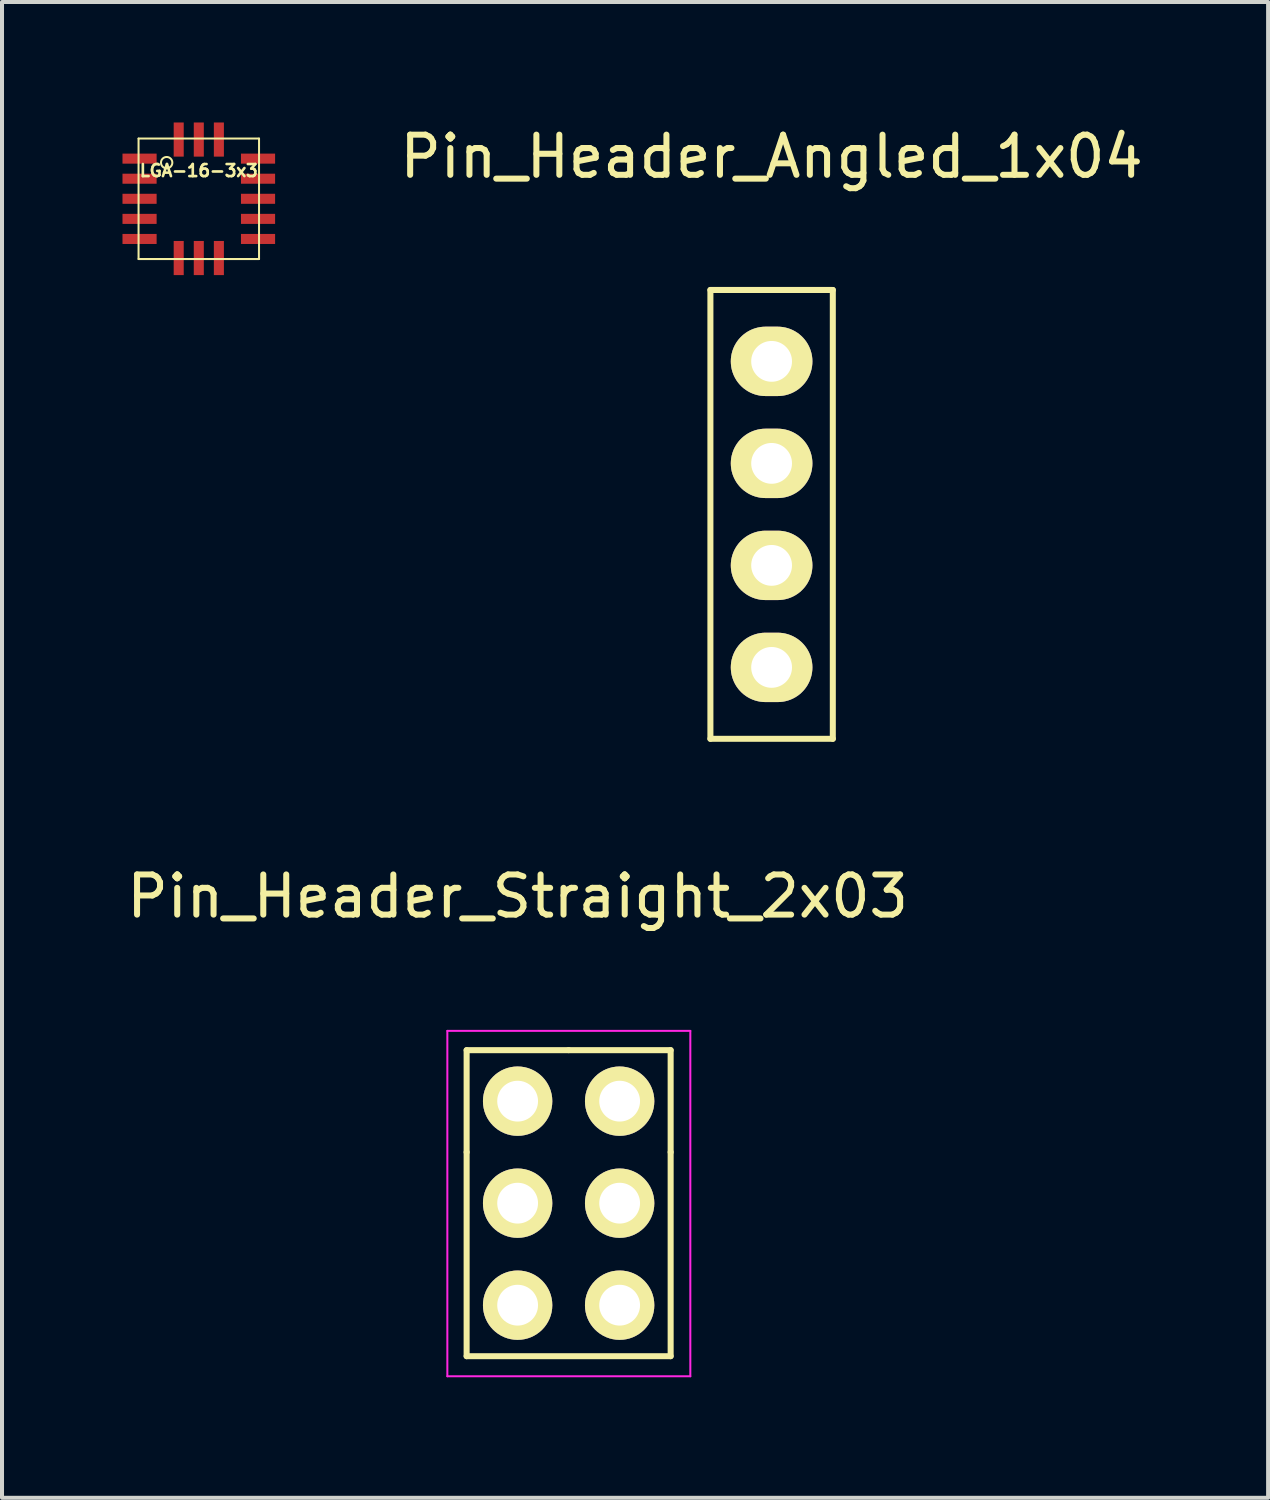
<source format=kicad_pcb>
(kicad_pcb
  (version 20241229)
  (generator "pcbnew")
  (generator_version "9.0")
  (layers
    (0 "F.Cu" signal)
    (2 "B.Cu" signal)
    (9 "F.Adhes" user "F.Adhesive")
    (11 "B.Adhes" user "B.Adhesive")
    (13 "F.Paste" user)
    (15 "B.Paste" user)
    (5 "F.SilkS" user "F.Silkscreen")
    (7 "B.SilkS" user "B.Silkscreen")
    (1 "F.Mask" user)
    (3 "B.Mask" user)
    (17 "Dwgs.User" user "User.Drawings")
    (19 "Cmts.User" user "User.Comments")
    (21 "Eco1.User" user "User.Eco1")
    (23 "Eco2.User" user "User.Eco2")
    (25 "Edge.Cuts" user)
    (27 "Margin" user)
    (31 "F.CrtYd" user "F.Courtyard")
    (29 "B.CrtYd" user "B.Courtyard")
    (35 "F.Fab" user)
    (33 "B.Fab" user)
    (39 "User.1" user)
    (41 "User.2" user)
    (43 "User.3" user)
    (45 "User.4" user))
  (footprint "Pin_Header_Angled_1x04"
    (layer "F.Cu")
    (at 16.163 5.948)
    (property "Reference" "Pin_Header_Angled_1x04" (at 0 -5.1 0) (layer "F.SilkS") (effects (font (size 1 1) (thickness 0.15))))
    (attr through_hole)
    (fp_line (start -1.524 -1.778) (end -1.524 9.398) (stroke (width 0.15) (type solid)) (layer "F.SilkS"))
    (fp_line (start -1.524 -1.778) (end 1.524 -1.778) (stroke (width 0.15) (type solid)) (layer "F.SilkS"))
    (fp_line (start -1.524 9.398) (end 1.524 9.398) (stroke (width 0.15) (type solid)) (layer "F.SilkS"))
    (fp_line (start 1.524 9.398) (end 1.524 -1.778) (stroke (width 0.15) (type solid)) (layer "F.SilkS"))
    (pad "1" thru_hole oval (at 0 0) (size 2.032 1.727) (drill 1.016) (layers "*.Cu" "*.Mask" "F.SilkS"))
    (pad "2" thru_hole oval (at 0 2.54) (size 2.032 1.727) (drill 1.016) (layers "*.Cu" "*.Mask" "F.SilkS"))
    (pad "3" thru_hole oval (at 0 5.08) (size 2.032 1.727) (drill 1.016) (layers "*.Cu" "*.Mask" "F.SilkS"))
    (pad "4" thru_hole oval (at 0 7.62) (size 2.032 1.727) (drill 1.016) (layers "*.Cu" "*.Mask" "F.SilkS")))
  (footprint "LGA-16-3x3"
    (layer "F.Cu")
    (at 1.9 1.9)
    (property "Reference" "LGA-16-3x3" (at 0 -0.701 0) (layer "F.SilkS") (effects (font (size 0.3 0.3) (thickness 0.066))))
    (attr through_hole)
    (fp_line (start -1.5 -1.5) (end 1.5 -1.5) (stroke (width 0.05) (type solid)) (layer "F.SilkS"))
    (fp_line (start -1.5 1.5) (end -1.5 -1.5) (stroke (width 0.05) (type solid)) (layer "F.SilkS"))
    (fp_line (start 1.5 -1.5) (end 1.5 1.5) (stroke (width 0.05) (type solid)) (layer "F.SilkS"))
    (fp_line (start 1.5 1.5) (end -1.5 1.5) (stroke (width 0.05) (type solid)) (layer "F.SilkS"))
    (fp_circle (center -0.8 -0.9) (end -0.7 -0.8) (stroke (width 0.05) (type solid)) (fill no) (layer "F.SilkS"))
    (pad "1" smd rect (at -1.475 -1) (size 0.85 0.25) (layers "F.Cu" "F.Mask" "F.Paste"))
    (pad "2" smd rect (at -1.475 -0.5) (size 0.85 0.25) (layers "F.Cu" "F.Mask" "F.Paste"))
    (pad "3" smd rect (at -1.475 0) (size 0.85 0.25) (layers "F.Cu" "F.Mask" "F.Paste"))
    (pad "4" smd rect (at -1.475 0.5) (size 0.85 0.25) (layers "F.Cu" "F.Mask" "F.Paste"))
    (pad "5" smd rect (at -1.475 1) (size 0.85 0.25) (layers "F.Cu" "F.Mask" "F.Paste"))
    (pad "6" smd rect (at -0.5 1.475) (size 0.25 0.85) (layers "F.Cu" "F.Mask" "F.Paste"))
    (pad "7" smd rect (at 0 1.475) (size 0.25 0.85) (layers "F.Cu" "F.Mask" "F.Paste"))
    (pad "8" smd rect (at 0.5 1.475) (size 0.25 0.85) (layers "F.Cu" "F.Mask" "F.Paste"))
    (pad "9" smd rect (at 1.475 1) (size 0.85 0.25) (layers "F.Cu" "F.Mask" "F.Paste"))
    (pad "10" smd rect (at 1.475 0.5) (size 0.85 0.25) (layers "F.Cu" "F.Mask" "F.Paste"))
    (pad "11" smd rect (at 1.475 0) (size 0.85 0.25) (layers "F.Cu" "F.Mask" "F.Paste"))
    (pad "12" smd rect (at 1.475 -0.5) (size 0.85 0.25) (layers "F.Cu" "F.Mask" "F.Paste"))
    (pad "13" smd rect (at 1.475 -1) (size 0.85 0.25) (layers "F.Cu" "F.Mask" "F.Paste"))
    (pad "14" smd rect (at 0.5 -1.475) (size 0.25 0.85) (layers "F.Cu" "F.Mask" "F.Paste"))
    (pad "15" smd rect (at 0 -1.475) (size 0.25 0.85) (layers "F.Cu" "F.Mask" "F.Paste"))
    (pad "16" smd rect (at -0.5 -1.475) (size 0.25 0.85) (layers "F.Cu" "F.Mask" "F.Paste")))
  (footprint "Pin_Header_Straight_2x03"
    (layer "F.Cu")
    (at 9.839 24.369)
    (property "Reference" "Pin_Header_Straight_2x03" (at 0 -5.1 0) (layer "F.SilkS") (effects (font (size 1 1) (thickness 0.15))))
    (attr through_hole)
    (fp_line (start -1.27 -1.27) (end 1.27 -1.27) (stroke (width 0.15) (type solid)) (layer "F.SilkS"))
    (fp_line (start -1.27 1.27) (end -1.27 -1.27) (stroke (width 0.15) (type solid)) (layer "F.SilkS"))
    (fp_line (start -1.27 1.27) (end -1.27 6.35) (stroke (width 0.15) (type solid)) (layer "F.SilkS"))
    (fp_line (start -1.27 6.35) (end 3.81 6.35) (stroke (width 0.15) (type solid)) (layer "F.SilkS"))
    (fp_line (start 3.81 -1.27) (end 1.27 -1.27) (stroke (width 0.15) (type solid)) (layer "F.SilkS"))
    (fp_line (start 3.81 1.27) (end 3.81 -1.27) (stroke (width 0.15) (type solid)) (layer "F.SilkS"))
    (fp_line (start 3.81 6.35) (end 3.81 1.27) (stroke (width 0.15) (type solid)) (layer "F.SilkS"))
    (fp_line (start -1.75 -1.75) (end -1.75 6.85) (stroke (width 0.05) (type solid)) (layer "F.CrtYd"))
    (fp_line (start -1.75 -1.75) (end 4.3 -1.75) (stroke (width 0.05) (type solid)) (layer "F.CrtYd"))
    (fp_line (start -1.75 6.85) (end 4.3 6.85) (stroke (width 0.05) (type solid)) (layer "F.CrtYd"))
    (fp_line (start 4.3 -1.75) (end 4.3 6.85) (stroke (width 0.05) (type solid)) (layer "F.CrtYd"))
    (pad "1" thru_hole circle (at 0 0) (size 1.727 1.727) (drill 1.016) (layers "*.Cu" "*.Mask" "F.SilkS"))
    (pad "2" thru_hole oval (at 2.54 0) (size 1.727 1.727) (drill 1.016) (layers "*.Cu" "*.Mask" "F.SilkS"))
    (pad "3" thru_hole oval (at 0 2.54) (size 1.727 1.727) (drill 1.016) (layers "*.Cu" "*.Mask" "F.SilkS"))
    (pad "4" thru_hole oval (at 2.54 2.54) (size 1.727 1.727) (drill 1.016) (layers "*.Cu" "*.Mask" "F.SilkS"))
    (pad "5" thru_hole oval (at 0 5.08) (size 1.727 1.727) (drill 1.016) (layers "*.Cu" "*.Mask" "F.SilkS"))
    (pad "6" thru_hole oval (at 2.54 5.08) (size 1.727 1.727) (drill 1.016) (layers "*.Cu" "*.Mask" "F.SilkS")))
  (gr_rect
    (start -3 -3)
    (end 28.526 34.245)
    (stroke (width 0.1) (type default))
    (fill no)
    (layer "Edge.Cuts")))
</source>
